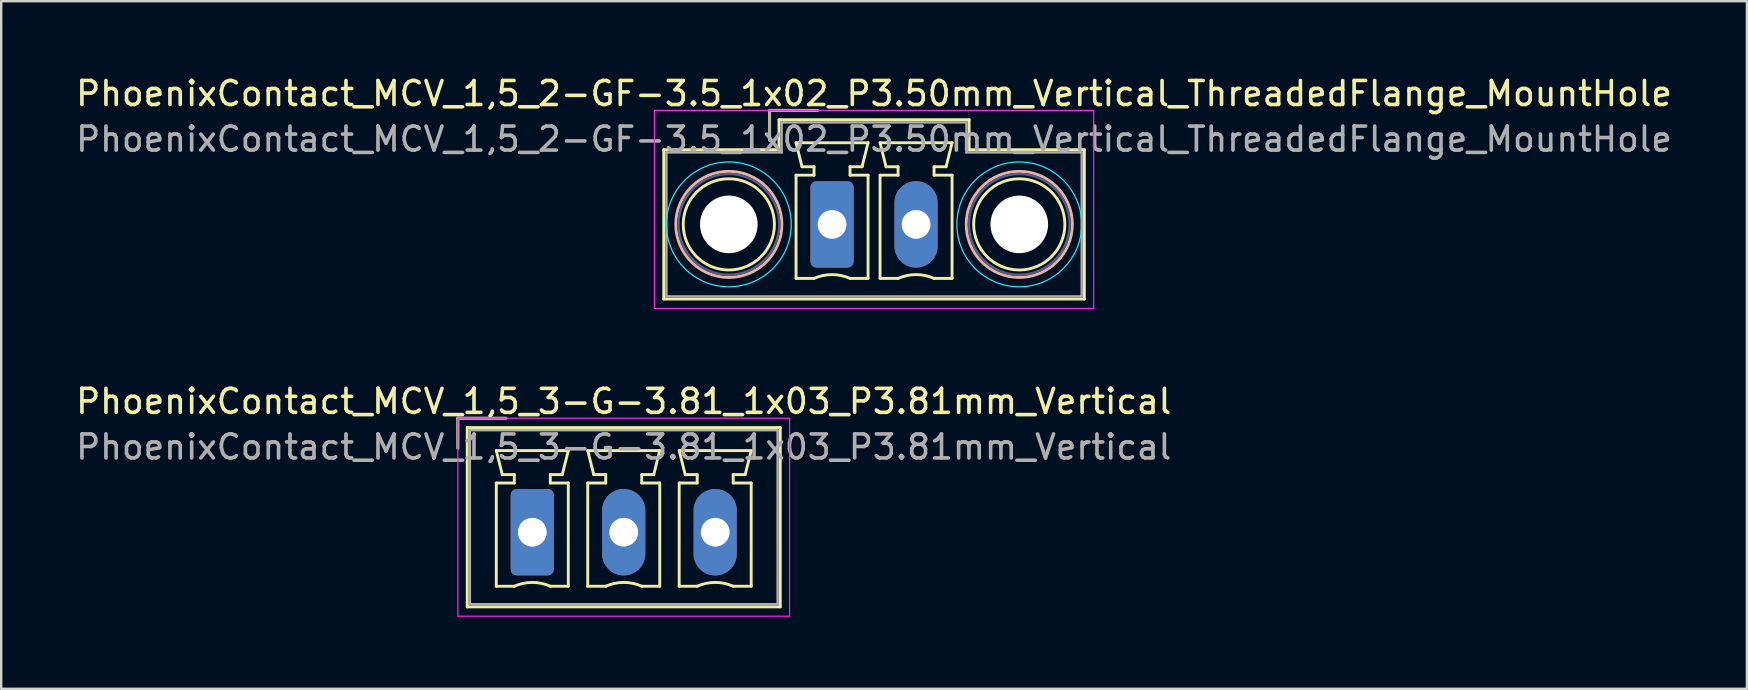
<source format=kicad_pcb>
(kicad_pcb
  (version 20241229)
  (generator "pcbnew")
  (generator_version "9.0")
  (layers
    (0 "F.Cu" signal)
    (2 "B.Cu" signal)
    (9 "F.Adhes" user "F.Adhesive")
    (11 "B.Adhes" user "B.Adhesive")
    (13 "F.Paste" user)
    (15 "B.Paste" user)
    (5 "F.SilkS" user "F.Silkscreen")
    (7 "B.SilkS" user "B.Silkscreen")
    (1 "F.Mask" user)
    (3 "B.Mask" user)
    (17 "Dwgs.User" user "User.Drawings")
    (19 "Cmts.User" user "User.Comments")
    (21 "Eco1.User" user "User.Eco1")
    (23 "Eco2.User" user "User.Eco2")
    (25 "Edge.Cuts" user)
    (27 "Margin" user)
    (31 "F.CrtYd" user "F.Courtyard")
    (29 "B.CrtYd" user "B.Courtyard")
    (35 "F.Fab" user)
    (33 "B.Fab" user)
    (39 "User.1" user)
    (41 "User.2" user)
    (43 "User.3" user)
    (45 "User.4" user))
  (footprint "PhoenixContact_MCV_1,5_2-GF-3.5_1x02_P3.50mm_Vertical_ThreadedFlange_MountHole"
    (layer "F.Cu")
    (at 31.613 6.298)
    (property "Reference" "PhoenixContact_MCV_1,5_2-GF-3.5_1x02_P3.50mm_Vertical_ThreadedFlange_MountHole" (at 1.75 -5.45 0) (layer "F.SilkS") (effects (font (size 1 1) (thickness 0.15))))
    (attr through_hole)
    (fp_line (start -7.01 -3.11) (end -7.01 3.11) (stroke (width 0.12) (type solid)) (layer "F.SilkS"))
    (fp_line (start -7.01 3.11) (end 10.51 3.11) (stroke (width 0.12) (type solid)) (layer "F.SilkS"))
    (fp_line (start -2.6 -4.75) (end -0.6 -4.75) (stroke (width 0.12) (type solid)) (layer "F.SilkS"))
    (fp_line (start -2.6 -3.5) (end -2.6 -4.75) (stroke (width 0.12) (type solid)) (layer "F.SilkS"))
    (fp_line (start -2.21 -4.36) (end -2.21 -3.11) (stroke (width 0.12) (type solid)) (layer "F.SilkS"))
    (fp_line (start -2.21 -3.11) (end -7.01 -3.11) (stroke (width 0.12) (type solid)) (layer "F.SilkS"))
    (fp_line (start -1.5 -3.4) (end 1.5 -3.4) (stroke (width 0.12) (type solid)) (layer "F.SilkS"))
    (fp_line (start -1.5 -2.05) (end -0.75 -2.05) (stroke (width 0.12) (type solid)) (layer "F.SilkS"))
    (fp_line (start -1.5 2.25) (end -1.5 -2.05) (stroke (width 0.12) (type solid)) (layer "F.SilkS"))
    (fp_line (start -1.25 -2.4) (end -1.5 -3.4) (stroke (width 0.12) (type solid)) (layer "F.SilkS"))
    (fp_line (start -0.75 -2.4) (end -1.25 -2.4) (stroke (width 0.12) (type solid)) (layer "F.SilkS"))
    (fp_line (start -0.75 -2.05) (end -0.75 -2.4) (stroke (width 0.12) (type solid)) (layer "F.SilkS"))
    (fp_line (start -0.75 2.25) (end -1.5 2.25) (stroke (width 0.12) (type solid)) (layer "F.SilkS"))
    (fp_line (start 0.75 -2.4) (end 0.75 -2.05) (stroke (width 0.12) (type solid)) (layer "F.SilkS"))
    (fp_line (start 0.75 -2.05) (end 1.5 -2.05) (stroke (width 0.12) (type solid)) (layer "F.SilkS"))
    (fp_line (start 1.25 -2.4) (end 0.75 -2.4) (stroke (width 0.12) (type solid)) (layer "F.SilkS"))
    (fp_line (start 1.5 -3.4) (end 1.25 -2.4) (stroke (width 0.12) (type solid)) (layer "F.SilkS"))
    (fp_line (start 1.5 -2.05) (end 1.5 2.25) (stroke (width 0.12) (type solid)) (layer "F.SilkS"))
    (fp_line (start 1.5 2.25) (end 0.75 2.25) (stroke (width 0.12) (type solid)) (layer "F.SilkS"))
    (fp_line (start 2 -3.4) (end 5 -3.4) (stroke (width 0.12) (type solid)) (layer "F.SilkS"))
    (fp_line (start 2 -2.05) (end 2.75 -2.05) (stroke (width 0.12) (type solid)) (layer "F.SilkS"))
    (fp_line (start 2 2.25) (end 2 -2.05) (stroke (width 0.12) (type solid)) (layer "F.SilkS"))
    (fp_line (start 2.25 -2.4) (end 2 -3.4) (stroke (width 0.12) (type solid)) (layer "F.SilkS"))
    (fp_line (start 2.75 -2.4) (end 2.25 -2.4) (stroke (width 0.12) (type solid)) (layer "F.SilkS"))
    (fp_line (start 2.75 -2.05) (end 2.75 -2.4) (stroke (width 0.12) (type solid)) (layer "F.SilkS"))
    (fp_line (start 2.75 2.25) (end 2 2.25) (stroke (width 0.12) (type solid)) (layer "F.SilkS"))
    (fp_line (start 4.25 -2.4) (end 4.25 -2.05) (stroke (width 0.12) (type solid)) (layer "F.SilkS"))
    (fp_line (start 4.25 -2.05) (end 5 -2.05) (stroke (width 0.12) (type solid)) (layer "F.SilkS"))
    (fp_line (start 4.75 -2.4) (end 4.25 -2.4) (stroke (width 0.12) (type solid)) (layer "F.SilkS"))
    (fp_line (start 5 -3.4) (end 4.75 -2.4) (stroke (width 0.12) (type solid)) (layer "F.SilkS"))
    (fp_line (start 5 -2.05) (end 5 2.25) (stroke (width 0.12) (type solid)) (layer "F.SilkS"))
    (fp_line (start 5 2.25) (end 4.25 2.25) (stroke (width 0.12) (type solid)) (layer "F.SilkS"))
    (fp_line (start 5.71 -4.36) (end -2.21 -4.36) (stroke (width 0.12) (type solid)) (layer "F.SilkS"))
    (fp_line (start 5.71 -3.11) (end 5.71 -4.36) (stroke (width 0.12) (type solid)) (layer "F.SilkS"))
    (fp_line (start 10.51 -3.11) (end 5.71 -3.11) (stroke (width 0.12) (type solid)) (layer "F.SilkS"))
    (fp_line (start 10.51 3.11) (end 10.51 -3.11) (stroke (width 0.12) (type solid)) (layer "F.SilkS"))
    (fp_arc (start -0.75 2.25) (mid -0.000193 2.09191) (end 0.749647 2.249844) (stroke (width 0.12) (type solid)) (layer "F.SilkS"))
    (fp_arc (start 2.75 2.25) (mid 3.499807 2.09191) (end 4.249647 2.249844) (stroke (width 0.12) (type solid)) (layer "F.SilkS"))
    (fp_circle (center -4.3 0) (end -2.4 0) (stroke (width 0.12) (type solid)) (fill no) (layer "F.SilkS"))
    (fp_circle (center 7.8 0) (end 9.7 0) (stroke (width 0.12) (type solid)) (fill no) (layer "F.SilkS"))
    (fp_circle (center -4.3 0) (end -2.09 0) (stroke (width 0.12) (type solid)) (fill no) (layer "B.SilkS"))
    (fp_circle (center 7.8 0) (end 10.01 0) (stroke (width 0.12) (type solid)) (fill no) (layer "B.SilkS"))
    (fp_circle (center -4.3 0) (end -1.7 0) (stroke (width 0.05) (type solid)) (fill no) (layer "B.CrtYd"))
    (fp_circle (center 7.8 0) (end 10.4 0) (stroke (width 0.05) (type solid)) (fill no) (layer "B.CrtYd"))
    (fp_line (start -7.4 -4.75) (end -7.4 3.5) (stroke (width 0.05) (type solid)) (layer "F.CrtYd"))
    (fp_line (start -7.4 3.5) (end 10.9 3.5) (stroke (width 0.05) (type solid)) (layer "F.CrtYd"))
    (fp_line (start 10.9 -4.75) (end -7.4 -4.75) (stroke (width 0.05) (type solid)) (layer "F.CrtYd"))
    (fp_line (start 10.9 3.5) (end 10.9 -4.75) (stroke (width 0.05) (type solid)) (layer "F.CrtYd"))
    (fp_circle (center -4.3 0) (end -2.2 0) (stroke (width 0.1) (type solid)) (fill no) (layer "B.Fab"))
    (fp_circle (center 7.8 0) (end 9.9 0) (stroke (width 0.1) (type solid)) (fill no) (layer "B.Fab"))
    (fp_line (start -6.9 -3) (end -6.9 3) (stroke (width 0.1) (type solid)) (layer "F.Fab"))
    (fp_line (start -6.9 3) (end 10.4 3) (stroke (width 0.1) (type solid)) (layer "F.Fab"))
    (fp_line (start -2.6 -4.75) (end -0.6 -4.75) (stroke (width 0.1) (type solid)) (layer "F.Fab"))
    (fp_line (start -2.6 -3.5) (end -2.6 -4.75) (stroke (width 0.1) (type solid)) (layer "F.Fab"))
    (fp_line (start -2.1 -4.25) (end -2.1 -3) (stroke (width 0.1) (type solid)) (layer "F.Fab"))
    (fp_line (start -2.1 -3) (end -6.9 -3) (stroke (width 0.1) (type solid)) (layer "F.Fab"))
    (fp_line (start 5.6 -4.25) (end -2.1 -4.25) (stroke (width 0.1) (type solid)) (layer "F.Fab"))
    (fp_line (start 5.6 -3) (end 5.6 -4.25) (stroke (width 0.1) (type solid)) (layer "F.Fab"))
    (fp_line (start 10.4 -3) (end 5.6 -3) (stroke (width 0.1) (type solid)) (layer "F.Fab"))
    (fp_line (start 10.4 3) (end 10.4 -3) (stroke (width 0.1) (type solid)) (layer "F.Fab"))
    (fp_text user "${REFERENCE}" (at 1.75 -3.55 0) (layer "F.Fab") (effects (font (size 1 1) (thickness 0.15))))
    (pad "" np_thru_hole circle (at -4.3 0) (size 2.4 2.4) (drill 2.4) (layers "*.Cu" "*.Mask"))
    (pad "" np_thru_hole circle (at 7.8 0) (size 2.4 2.4) (drill 2.4) (layers "*.Cu" "*.Mask"))
    (pad "1" thru_hole roundrect (at 0 0) (size 1.8 3.6) (drill 1.2) (layers "*.Cu" "*.Mask") (roundrect_rratio 0.139))
    (pad "2" thru_hole oval (at 3.5 0) (size 1.8 3.6) (drill 1.2) (layers "*.Cu" "*.Mask")))
  (footprint "PhoenixContact_MCV_1,5_3-G-3.81_1x03_P3.81mm_Vertical"
    (layer "F.Cu")
    (at 19.125 19.122)
    (property "Reference" "PhoenixContact_MCV_1,5_3-G-3.81_1x03_P3.81mm_Vertical" (at 3.81 -5.45 0) (layer "F.SilkS") (effects (font (size 1 1) (thickness 0.15))))
    (attr through_hole)
    (fp_line (start -3.1 -4.75) (end -1.1 -4.75) (stroke (width 0.12) (type solid)) (layer "F.SilkS"))
    (fp_line (start -3.1 -3.5) (end -3.1 -4.75) (stroke (width 0.12) (type solid)) (layer "F.SilkS"))
    (fp_line (start -2.71 -4.36) (end -2.71 3.11) (stroke (width 0.12) (type solid)) (layer "F.SilkS"))
    (fp_line (start -2.71 3.11) (end 10.33 3.11) (stroke (width 0.12) (type solid)) (layer "F.SilkS"))
    (fp_line (start -1.5 -3.4) (end 1.5 -3.4) (stroke (width 0.12) (type solid)) (layer "F.SilkS"))
    (fp_line (start -1.5 -2.05) (end -0.75 -2.05) (stroke (width 0.12) (type solid)) (layer "F.SilkS"))
    (fp_line (start -1.5 2.25) (end -1.5 -2.05) (stroke (width 0.12) (type solid)) (layer "F.SilkS"))
    (fp_line (start -1.25 -2.4) (end -1.5 -3.4) (stroke (width 0.12) (type solid)) (layer "F.SilkS"))
    (fp_line (start -0.75 -2.4) (end -1.25 -2.4) (stroke (width 0.12) (type solid)) (layer "F.SilkS"))
    (fp_line (start -0.75 -2.05) (end -0.75 -2.4) (stroke (width 0.12) (type solid)) (layer "F.SilkS"))
    (fp_line (start -0.75 2.25) (end -1.5 2.25) (stroke (width 0.12) (type solid)) (layer "F.SilkS"))
    (fp_line (start 0.75 -2.4) (end 0.75 -2.05) (stroke (width 0.12) (type solid)) (layer "F.SilkS"))
    (fp_line (start 0.75 -2.05) (end 1.5 -2.05) (stroke (width 0.12) (type solid)) (layer "F.SilkS"))
    (fp_line (start 1.25 -2.4) (end 0.75 -2.4) (stroke (width 0.12) (type solid)) (layer "F.SilkS"))
    (fp_line (start 1.5 -3.4) (end 1.25 -2.4) (stroke (width 0.12) (type solid)) (layer "F.SilkS"))
    (fp_line (start 1.5 -2.05) (end 1.5 2.25) (stroke (width 0.12) (type solid)) (layer "F.SilkS"))
    (fp_line (start 1.5 2.25) (end 0.75 2.25) (stroke (width 0.12) (type solid)) (layer "F.SilkS"))
    (fp_line (start 2.31 -3.4) (end 5.31 -3.4) (stroke (width 0.12) (type solid)) (layer "F.SilkS"))
    (fp_line (start 2.31 -2.05) (end 3.06 -2.05) (stroke (width 0.12) (type solid)) (layer "F.SilkS"))
    (fp_line (start 2.31 2.25) (end 2.31 -2.05) (stroke (width 0.12) (type solid)) (layer "F.SilkS"))
    (fp_line (start 2.56 -2.4) (end 2.31 -3.4) (stroke (width 0.12) (type solid)) (layer "F.SilkS"))
    (fp_line (start 3.06 -2.4) (end 2.56 -2.4) (stroke (width 0.12) (type solid)) (layer "F.SilkS"))
    (fp_line (start 3.06 -2.05) (end 3.06 -2.4) (stroke (width 0.12) (type solid)) (layer "F.SilkS"))
    (fp_line (start 3.06 2.25) (end 2.31 2.25) (stroke (width 0.12) (type solid)) (layer "F.SilkS"))
    (fp_line (start 4.56 -2.4) (end 4.56 -2.05) (stroke (width 0.12) (type solid)) (layer "F.SilkS"))
    (fp_line (start 4.56 -2.05) (end 5.31 -2.05) (stroke (width 0.12) (type solid)) (layer "F.SilkS"))
    (fp_line (start 5.06 -2.4) (end 4.56 -2.4) (stroke (width 0.12) (type solid)) (layer "F.SilkS"))
    (fp_line (start 5.31 -3.4) (end 5.06 -2.4) (stroke (width 0.12) (type solid)) (layer "F.SilkS"))
    (fp_line (start 5.31 -2.05) (end 5.31 2.25) (stroke (width 0.12) (type solid)) (layer "F.SilkS"))
    (fp_line (start 5.31 2.25) (end 4.56 2.25) (stroke (width 0.12) (type solid)) (layer "F.SilkS"))
    (fp_line (start 6.12 -3.4) (end 9.12 -3.4) (stroke (width 0.12) (type solid)) (layer "F.SilkS"))
    (fp_line (start 6.12 -2.05) (end 6.87 -2.05) (stroke (width 0.12) (type solid)) (layer "F.SilkS"))
    (fp_line (start 6.12 2.25) (end 6.12 -2.05) (stroke (width 0.12) (type solid)) (layer "F.SilkS"))
    (fp_line (start 6.37 -2.4) (end 6.12 -3.4) (stroke (width 0.12) (type solid)) (layer "F.SilkS"))
    (fp_line (start 6.87 -2.4) (end 6.37 -2.4) (stroke (width 0.12) (type solid)) (layer "F.SilkS"))
    (fp_line (start 6.87 -2.05) (end 6.87 -2.4) (stroke (width 0.12) (type solid)) (layer "F.SilkS"))
    (fp_line (start 6.87 2.25) (end 6.12 2.25) (stroke (width 0.12) (type solid)) (layer "F.SilkS"))
    (fp_line (start 8.37 -2.4) (end 8.37 -2.05) (stroke (width 0.12) (type solid)) (layer "F.SilkS"))
    (fp_line (start 8.37 -2.05) (end 9.12 -2.05) (stroke (width 0.12) (type solid)) (layer "F.SilkS"))
    (fp_line (start 8.87 -2.4) (end 8.37 -2.4) (stroke (width 0.12) (type solid)) (layer "F.SilkS"))
    (fp_line (start 9.12 -3.4) (end 8.87 -2.4) (stroke (width 0.12) (type solid)) (layer "F.SilkS"))
    (fp_line (start 9.12 -2.05) (end 9.12 2.25) (stroke (width 0.12) (type solid)) (layer "F.SilkS"))
    (fp_line (start 9.12 2.25) (end 8.37 2.25) (stroke (width 0.12) (type solid)) (layer "F.SilkS"))
    (fp_line (start 10.33 -4.36) (end -2.71 -4.36) (stroke (width 0.12) (type solid)) (layer "F.SilkS"))
    (fp_line (start 10.33 3.11) (end 10.33 -4.36) (stroke (width 0.12) (type solid)) (layer "F.SilkS"))
    (fp_arc (start -0.75 2.25) (mid -0.000193 2.09191) (end 0.749647 2.249844) (stroke (width 0.12) (type solid)) (layer "F.SilkS"))
    (fp_arc (start 3.06 2.25) (mid 3.809807 2.09191) (end 4.559647 2.249844) (stroke (width 0.12) (type solid)) (layer "F.SilkS"))
    (fp_arc (start 6.87 2.25) (mid 7.619807 2.09191) (end 8.369647 2.249844) (stroke (width 0.12) (type solid)) (layer "F.SilkS"))
    (fp_line (start -3.1 -4.75) (end -3.1 3.5) (stroke (width 0.05) (type solid)) (layer "F.CrtYd"))
    (fp_line (start -3.1 3.5) (end 10.72 3.5) (stroke (width 0.05) (type solid)) (layer "F.CrtYd"))
    (fp_line (start 10.72 -4.75) (end -3.1 -4.75) (stroke (width 0.05) (type solid)) (layer "F.CrtYd"))
    (fp_line (start 10.72 3.5) (end 10.72 -4.75) (stroke (width 0.05) (type solid)) (layer "F.CrtYd"))
    (fp_line (start -3.1 -4.75) (end -1.1 -4.75) (stroke (width 0.1) (type solid)) (layer "F.Fab"))
    (fp_line (start -3.1 -3.5) (end -3.1 -4.75) (stroke (width 0.1) (type solid)) (layer "F.Fab"))
    (fp_line (start -2.6 -4.25) (end -2.6 3) (stroke (width 0.1) (type solid)) (layer "F.Fab"))
    (fp_line (start -2.6 3) (end 10.22 3) (stroke (width 0.1) (type solid)) (layer "F.Fab"))
    (fp_line (start 10.22 -4.25) (end -2.6 -4.25) (stroke (width 0.1) (type solid)) (layer "F.Fab"))
    (fp_line (start 10.22 3) (end 10.22 -4.25) (stroke (width 0.1) (type solid)) (layer "F.Fab"))
    (fp_text user "${REFERENCE}" (at 3.81 -3.55 0) (layer "F.Fab") (effects (font (size 1 1) (thickness 0.15))))
    (pad "1" thru_hole roundrect (at 0 0) (size 1.8 3.6) (drill 1.2) (layers "*.Cu" "*.Mask") (roundrect_rratio 0.139))
    (pad "2" thru_hole oval (at 3.81 0) (size 1.8 3.6) (drill 1.2) (layers "*.Cu" "*.Mask"))
    (pad "3" thru_hole oval (at 7.62 0) (size 1.8 3.6) (drill 1.2) (layers "*.Cu" "*.Mask")))
  (gr_rect
    (start -3 -3)
    (end 69.726 25.646)
    (stroke (width 0.1) (type default))
    (fill no)
    (layer "Edge.Cuts")))
</source>
